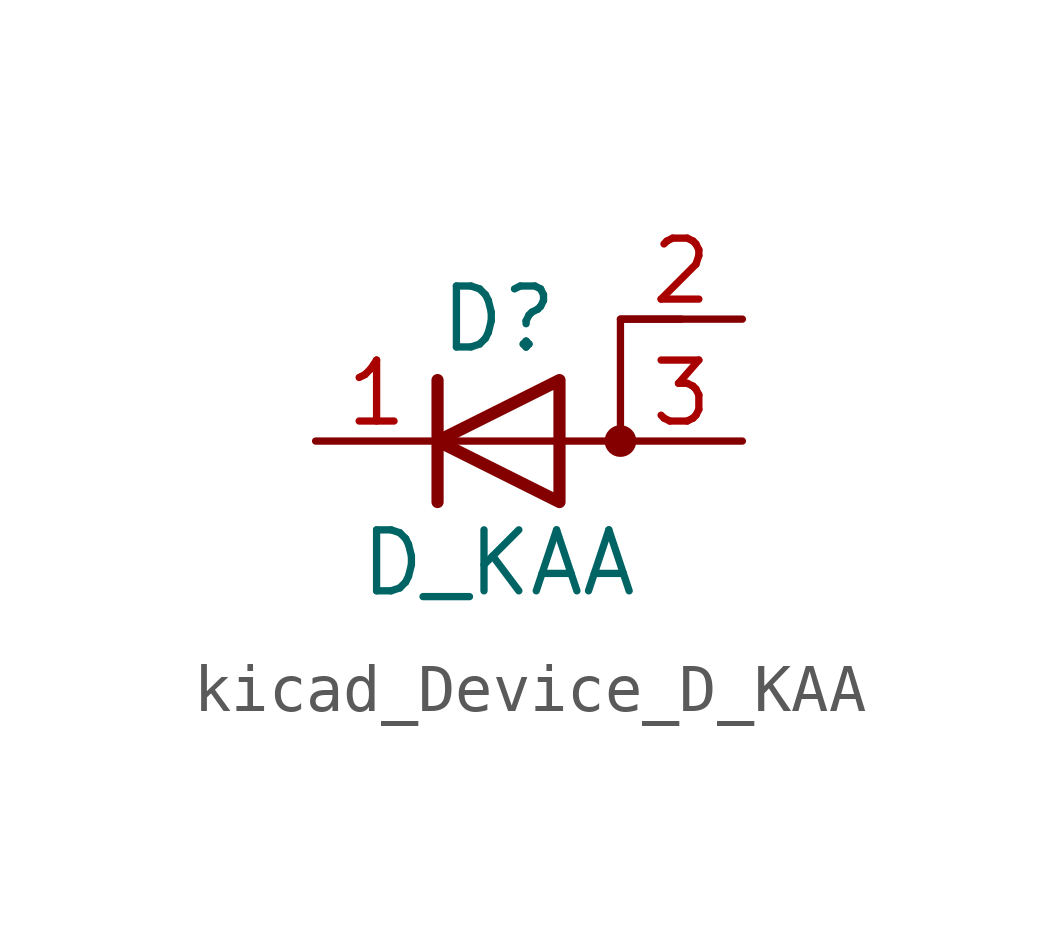
<source format=kicad_sym>
(kicad_symbol_lib
  (version 20220914)
  (generator kicad_symbol_editor)
  (symbol "kicad_Device_D_KAA"
    (pin_names
      (offset 0) hide)
    (property "Reference" "D"
      (at 0 2.54 0)
      (effects (font (size 1.27 1.27))))
    (property "Value" "D_KAA"
      (at 0 -2.54 0)
      (effects (font (size 1.27 1.27))))
    (symbol "kicad_Device_D_KAA_0_1"
      (polyline (pts (xy -1.27 1.27) (xy -1.27 -1.27)) (stroke (width 0.254) (type default)) (fill (type none)))
      (polyline (pts (xy 1.27 1.27) (xy 1.27 -1.27) (xy -1.27 0) (xy 1.27 1.27)) (stroke (width 0.254) (type default)) (fill (type none)))
      (polyline (pts (xy 3.81 2.54) (xy 2.54 2.54) (xy 2.54 0) (xy -1.27 0)) (stroke (width 0) (type default)) (fill (type none)))
      (circle (center 2.54 0) (radius 0.254) (stroke (width 0) (type default)) (fill (type outline))))
    (symbol "kicad_Device_D_KAA_1_1"
      (pin passive line (at -3.81 0 0) (length 2.54) (name "K" (effects (font (size 1.27 1.27)))) (number "1" (effects (font (size 1.27 1.27)))))
      (pin input line (at 5.08 2.54 180) (length 2.54) (name "A" (effects (font (size 1.27 1.27)))) (number "2" (effects (font (size 1.27 1.27)))))
      (pin passive line (at 5.08 0 180) (length 2.54) (name "A" (effects (font (size 1.27 1.27)))) (number "3" (effects (font (size 1.27 1.27))))))))
</source>
